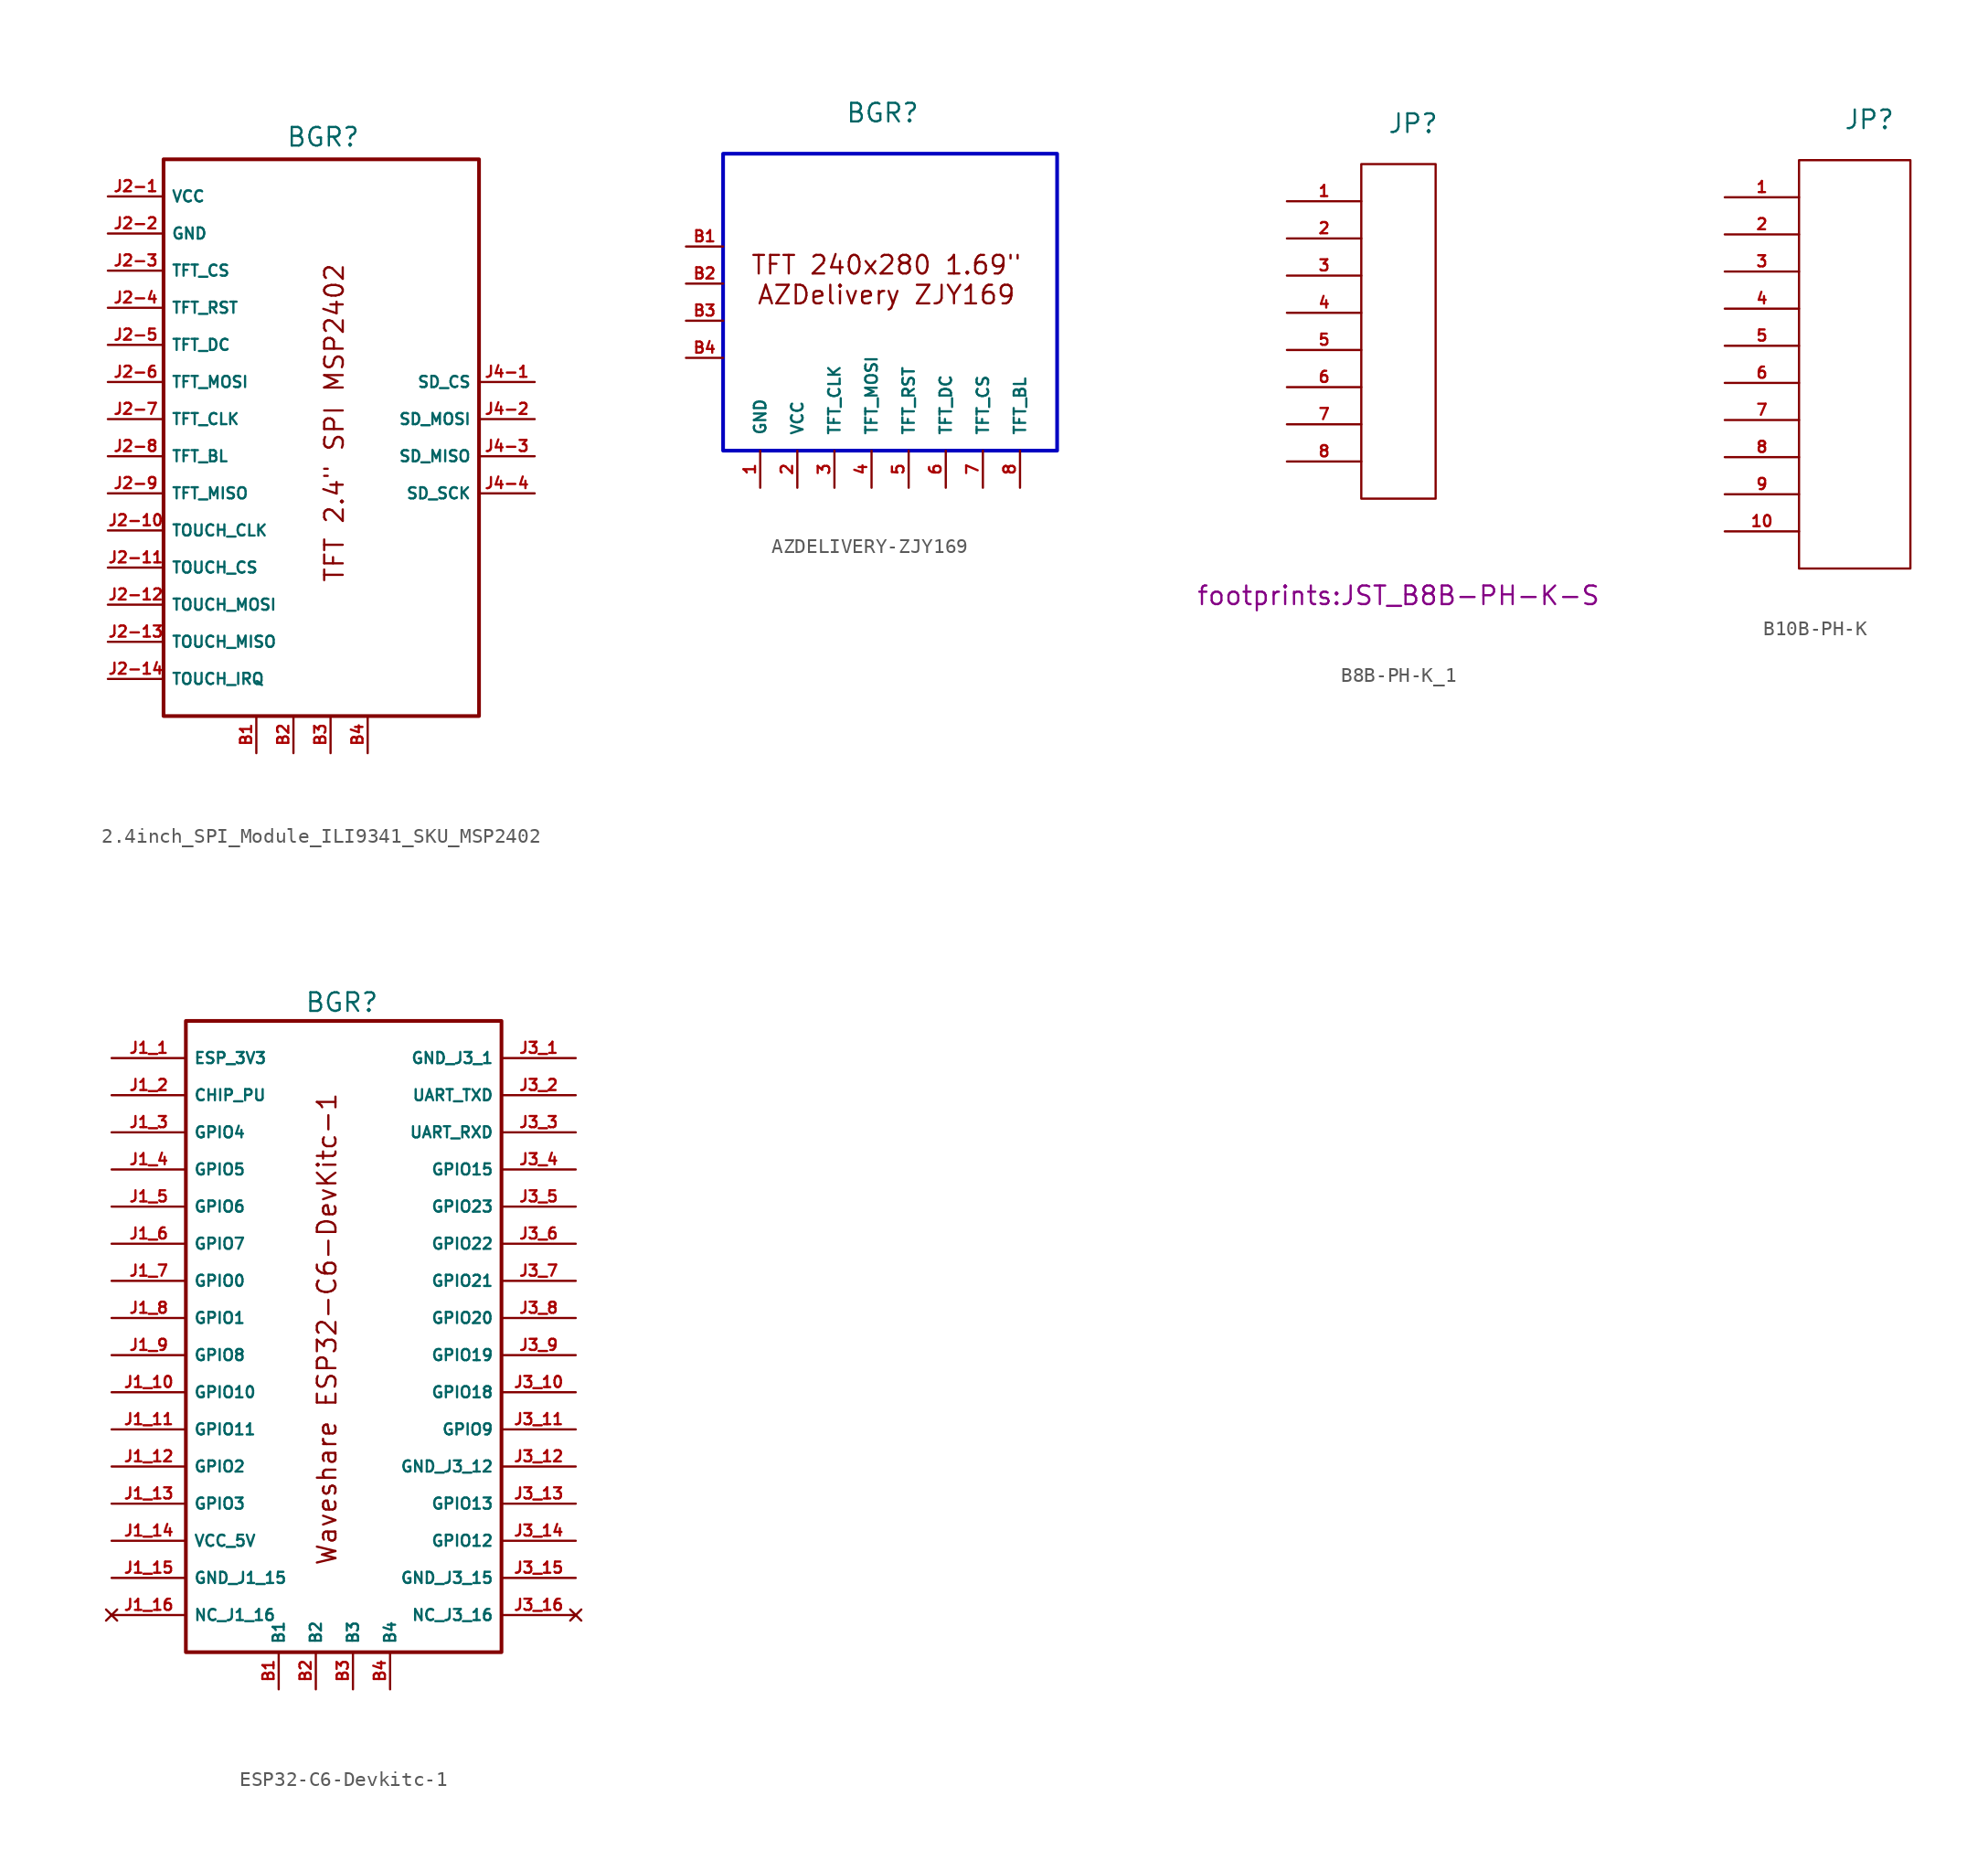
<source format=kicad_sym>
(kicad_symbol_lib
  (version 20241209)
  (generator "kicad_symbol_editor")
  (generator_version "9.0")
  (symbol "2.4inch_SPI_Module_ILI9341_SKU_MSP2402"
    (property "Reference" "BGR"
      (at 0.762 20.574 0)
      (effects (font (size 1.27 1.27))))
    (property "Value" ""
      (at 0 0 0)
      (effects (font (size 1.27 1.27))))
    (symbol "2.4inch_SPI_Module_ILI9341_SKU_MSP2402_1_0"
      (pin passive line (at -3.81 -21.59 90) (length 2.54) (name "" (effects (font (size 0.762 0.762)))) (number "B1" (effects (font (size 0.762 0.762)))))
      (pin passive line (at -1.27 -21.59 90) (length 2.54) (name "" (effects (font (size 0.762 0.762)))) (number "B2" (effects (font (size 0.762 0.762)))))
      (pin passive line (at 1.27 -21.59 90) (length 2.54) (name "" (effects (font (size 0.762 0.762)))) (number "B3" (effects (font (size 0.762 0.762)))))
      (pin passive line (at 3.81 -21.59 90) (length 2.54) (name "" (effects (font (size 0.762 0.762)))) (number "B4" (effects (font (size 0.762 0.762))))))
    (symbol "2.4inch_SPI_Module_ILI9341_SKU_MSP2402_1_1"
      (rectangle (start -10.16 19.05) (end 11.43 -19.05) (stroke (width 0.254) (type solid)) (fill (type none)))
      (text "TFT 2.4\" SPI MSP2402" (at 1.524 1.016 900) (effects (font (size 1.27 1.27))))
      (pin bidirectional line (at -13.97 16.51 0) (length 3.81) (name "VCC" (effects (font (size 0.762 0.762)))) (number "J2-1" (effects (font (size 0.762 0.762)))))
      (pin bidirectional line (at -13.97 13.97 0) (length 3.81) (name "GND" (effects (font (size 0.762 0.762)))) (number "J2-2" (effects (font (size 0.762 0.762)))))
      (pin bidirectional line (at -13.97 11.43 0) (length 3.81) (name "TFT_CS" (effects (font (size 0.762 0.762)))) (number "J2-3" (effects (font (size 0.762 0.762)))))
      (pin bidirectional line (at -13.97 8.89 0) (length 3.81) (name "TFT_RST" (effects (font (size 0.762 0.762)))) (number "J2-4" (effects (font (size 0.762 0.762)))))
      (pin bidirectional line (at -13.97 6.35 0) (length 3.81) (name "TFT_DC" (effects (font (size 0.762 0.762)))) (number "J2-5" (effects (font (size 0.762 0.762)))))
      (pin bidirectional line (at -13.97 3.81 0) (length 3.81) (name "TFT_MOSI" (effects (font (size 0.762 0.762)))) (number "J2-6" (effects (font (size 0.762 0.762)))))
      (pin bidirectional line (at -13.97 1.27 0) (length 3.81) (name "TFT_CLK" (effects (font (size 0.762 0.762)))) (number "J2-7" (effects (font (size 0.762 0.762)))))
      (pin bidirectional line (at -13.97 -1.27 0) (length 3.81) (name "TFT_BL" (effects (font (size 0.762 0.762)))) (number "J2-8" (effects (font (size 0.762 0.762)))))
      (pin bidirectional line (at -13.97 -3.81 0) (length 3.81) (name "TFT_MISO" (effects (font (size 0.762 0.762)))) (number "J2-9" (effects (font (size 0.762 0.762)))))
      (pin bidirectional line (at -13.97 -6.35 0) (length 3.81) (name "TOUCH_CLK" (effects (font (size 0.762 0.762)))) (number "J2-10" (effects (font (size 0.762 0.762)))))
      (pin bidirectional line (at -13.97 -8.89 0) (length 3.81) (name "TOUCH_CS" (effects (font (size 0.762 0.762)))) (number "J2-11" (effects (font (size 0.762 0.762)))))
      (pin bidirectional line (at -13.97 -11.43 0) (length 3.81) (name "TOUCH_MOSI" (effects (font (size 0.762 0.762)))) (number "J2-12" (effects (font (size 0.762 0.762)))))
      (pin bidirectional line (at -13.97 -13.97 0) (length 3.81) (name "TOUCH_MISO" (effects (font (size 0.762 0.762)))) (number "J2-13" (effects (font (size 0.762 0.762)))))
      (pin bidirectional line (at -13.97 -16.51 0) (length 3.81) (name "TOUCH_IRQ" (effects (font (size 0.762 0.762)))) (number "J2-14" (effects (font (size 0.762 0.762)))))
      (pin bidirectional line (at 15.24 3.81 180) (length 3.81) (name "SD_CS" (effects (font (size 0.762 0.762)))) (number "J4-1" (effects (font (size 0.762 0.762)))))
      (pin bidirectional line (at 15.24 1.27 180) (length 3.81) (name "SD_MOSI" (effects (font (size 0.762 0.762)))) (number "J4-2" (effects (font (size 0.762 0.762)))))
      (pin bidirectional line (at 15.24 -1.27 180) (length 3.81) (name "SD_MISO" (effects (font (size 0.762 0.762)))) (number "J4-3" (effects (font (size 0.762 0.762)))))
      (pin bidirectional line (at 15.24 -3.81 180) (length 3.81) (name "SD_SCK" (effects (font (size 0.762 0.762)))) (number "J4-4" (effects (font (size 0.762 0.762)))))))
  (symbol "AZDELIVERY-ZJY169"
    (pin_names
      (offset 1.016))
    (property "Reference" "BGR"
      (at 2.032 12.954 0)
      (effects (font (size 1.27 1.27)) (justify right)))
    (symbol "AZDELIVERY-ZJY169_0_1"
      (rectangle (start -11.43 10.16) (end 11.43 -10.16) (stroke (width 0) (type default)) (fill (type none))))
    (symbol "AZDELIVERY-ZJY169_1_0"
      (pin passive line (at -13.97 3.81 0) (length 2.54) (name "" (effects (font (size 0.762 0.762)))) (number "B1" (effects (font (size 0.762 0.762)))))
      (pin passive line (at -13.97 1.27 0) (length 2.54) (name "" (effects (font (size 0.762 0.762)))) (number "B2" (effects (font (size 0.762 0.762)))))
      (pin passive line (at -13.97 -1.27 0) (length 2.54) (name "" (effects (font (size 0.762 0.762)))) (number "B3" (effects (font (size 0.762 0.762)))))
      (pin passive line (at -13.97 -3.81 0) (length 2.54) (name "" (effects (font (size 0.762 0.762)))) (number "B4" (effects (font (size 0.762 0.762))))))
    (symbol "AZDELIVERY-ZJY169_1_1"
      (rectangle (start -11.43 10.16) (end 11.43 -10.16) (stroke (width 0.254) (type solid) (color 0 0 194 1)) (fill (type none)))
      (text " TFT 240x280 1.69\" \nAZDelivery ZJY169" (at -0.254 1.524 0) (effects (font (size 1.27 1.27))))
      (pin bidirectional line (at -8.89 -12.7 90) (length 2.54) (name "GND" (effects (font (size 0.787 0.787)))) (number "1" (effects (font (size 0.787 0.787)))))
      (pin bidirectional line (at -6.35 -12.7 90) (length 2.54) (name "VCC" (effects (font (size 0.787 0.787)))) (number "2" (effects (font (size 0.787 0.787)))))
      (pin bidirectional line (at -3.81 -12.7 90) (length 2.54) (name "TFT_CLK" (effects (font (size 0.787 0.787)))) (number "3" (effects (font (size 0.787 0.787)))))
      (pin bidirectional line (at -1.27 -12.7 90) (length 2.54) (name "TFT_MOSI" (effects (font (size 0.787 0.787)))) (number "4" (effects (font (size 0.787 0.787)))))
      (pin bidirectional line (at 1.27 -12.7 90) (length 2.54) (name "TFT_RST" (effects (font (size 0.787 0.787)))) (number "5" (effects (font (size 0.787 0.787)))))
      (pin bidirectional line (at 3.81 -12.7 90) (length 2.54) (name "TFT_DC" (effects (font (size 0.787 0.787)))) (number "6" (effects (font (size 0.787 0.787)))))
      (pin bidirectional line (at 6.35 -12.7 90) (length 2.54) (name "TFT_CS" (effects (font (size 0.787 0.787)))) (number "7" (effects (font (size 0.787 0.787)))))
      (pin bidirectional line (at 8.89 -12.7 90) (length 2.54) (name "TFT_BL" (effects (font (size 0.787 0.787)))) (number "8" (effects (font (size 0.787 0.787)))))))
  (symbol "B8B-PH-K_1"
    (pin_names
      (offset 1.016))
    (property "Reference" "JP"
      (at -0.762 14.732 0)
      (effects (font (size 1.27 1.27)) (justify left bottom)))
    (property "Footprint" "footprints:JST_B8B-PH-K-S"
      (at 0 -17.526 0)
      (effects (font (size 1.27 1.27)) (justify bottom)))
    (symbol "B8B-PH-K_1_0_0"
      (pin passive line (at -7.62 10.16 0) (length 5.08) (name "" (effects (font (size 0.762 0.762)))) (number "1" (effects (font (size 0.762 0.762))))))
    (symbol "B8B-PH-K_1_0_1"
      (rectangle (start -2.54 12.7) (end 2.54 -10.16) (stroke (width 0) (type default)) (fill (type none))))
    (symbol "B8B-PH-K_1_1_0"
      (pin passive line (at -7.62 7.62 0) (length 5.08) (name "" (effects (font (size 0.762 0.762)))) (number "2" (effects (font (size 0.762 0.762)))))
      (pin passive line (at -7.62 5.08 0) (length 5.08) (name "" (effects (font (size 0.762 0.762)))) (number "3" (effects (font (size 0.762 0.762)))))
      (pin passive line (at -7.62 2.54 0) (length 5.08) (name "" (effects (font (size 0.762 0.762)))) (number "4" (effects (font (size 0.762 0.762)))))
      (pin passive line (at -7.62 0 0) (length 5.08) (name "" (effects (font (size 0.762 0.762)))) (number "5" (effects (font (size 0.762 0.762)))))
      (pin passive line (at -7.62 -2.54 0) (length 5.08) (name "" (effects (font (size 0.762 0.762)))) (number "6" (effects (font (size 0.762 0.762)))))
      (pin passive line (at -7.62 -5.08 0) (length 5.08) (name "" (effects (font (size 0.762 0.762)))) (number "7" (effects (font (size 0.762 0.762)))))
      (pin passive line (at -7.62 -7.62 0) (length 5.08) (name "" (effects (font (size 0.762 0.762)))) (number "8" (effects (font (size 0.762 0.762)))))))
  (symbol "B10B-PH-K"
    (pin_names
      (offset 1.016))
    (property "Reference" "JP"
      (at -0.762 14.732 0)
      (effects (font (size 1.27 1.27)) (justify left bottom)))
    (symbol "B10B-PH-K_0_0"
      (pin passive line (at -8.89 10.16 0) (length 5.08) (name "" (effects (font (size 0.762 0.762)))) (number "1" (effects (font (size 0.762 0.762))))))
    (symbol "B10B-PH-K_0_1"
      (rectangle (start -3.81 12.7) (end 3.81 -15.24) (stroke (width 0) (type default)) (fill (type none))))
    (symbol "B10B-PH-K_1_0"
      (pin passive line (at -8.89 7.62 0) (length 5.08) (name "" (effects (font (size 0.762 0.762)))) (number "2" (effects (font (size 0.762 0.762)))))
      (pin passive line (at -8.89 5.08 0) (length 5.08) (name "" (effects (font (size 0.762 0.762)))) (number "3" (effects (font (size 0.762 0.762)))))
      (pin passive line (at -8.89 2.54 0) (length 5.08) (name "" (effects (font (size 0.762 0.762)))) (number "4" (effects (font (size 0.762 0.762)))))
      (pin passive line (at -8.89 0 0) (length 5.08) (name "" (effects (font (size 0.762 0.762)))) (number "5" (effects (font (size 0.762 0.762)))))
      (pin passive line (at -8.89 -2.54 0) (length 5.08) (name "" (effects (font (size 0.762 0.762)))) (number "6" (effects (font (size 0.762 0.762)))))
      (pin passive line (at -8.89 -5.08 0) (length 5.08) (name "" (effects (font (size 0.762 0.762)))) (number "7" (effects (font (size 0.762 0.762)))))
      (pin passive line (at -8.89 -7.62 0) (length 5.08) (name "" (effects (font (size 0.762 0.762)))) (number "8" (effects (font (size 0.762 0.762)))))
      (pin passive line (at -8.89 -10.16 0) (length 5.08) (name "" (effects (font (size 0.762 0.762)))) (number "9" (effects (font (size 0.762 0.762)))))
      (pin passive line (at -8.89 -12.7 0) (length 5.08) (name "" (effects (font (size 0.762 0.762)))) (number "10" (effects (font (size 0.762 0.762)))))))
  (symbol "ESP32-C6-Devkitc-1"
    (property "Reference" "BGR"
      (at -0.762 22.86 0)
      (effects (font (size 1.27 1.27))))
    (property "Value" ""
      (at 0 0 0)
      (effects (font (size 1.27 1.27))))
    (symbol "ESP32-C6-Devkitc-1_0_0"
      (pin bidirectional line (at -16.51 13.97 0) (length 5.08) (name "GPIO4" (effects (font (size 0.762 0.762)))) (number "J1_3" (effects (font (size 0.762 0.762))))))
    (symbol "ESP32-C6-Devkitc-1_1_0"
      (rectangle (start -11.43 21.59) (end 10.16 -21.59) (stroke (width 0.254) (type solid)) (fill (type none)))
      (pin bidirectional line (at -16.51 19.05 0) (length 5.08) (name "ESP_3V3" (effects (font (size 0.762 0.762)))) (number "J1_1" (effects (font (size 0.762 0.762)))))
      (pin input line (at -16.51 16.51 0) (length 5.08) (name "CHIP_PU" (effects (font (size 0.762 0.762)))) (number "J1_2" (effects (font (size 0.762 0.762)))))
      (pin bidirectional line (at -16.51 11.43 0) (length 5.08) (name "GPIO5" (effects (font (size 0.762 0.762)))) (number "J1_4" (effects (font (size 0.762 0.762)))))
      (pin bidirectional line (at -16.51 8.89 0) (length 5.08) (name "GPIO6" (effects (font (size 0.762 0.762)))) (number "J1_5" (effects (font (size 0.762 0.762)))))
      (pin bidirectional line (at -16.51 6.35 0) (length 5.08) (name "GPIO7" (effects (font (size 0.762 0.762)))) (number "J1_6" (effects (font (size 0.762 0.762)))))
      (pin bidirectional line (at -16.51 3.81 0) (length 5.08) (name "GPIO0" (effects (font (size 0.762 0.762)))) (number "J1_7" (effects (font (size 0.762 0.762)))))
      (pin bidirectional line (at -16.51 1.27 0) (length 5.08) (name "GPIO1" (effects (font (size 0.762 0.762)))) (number "J1_8" (effects (font (size 0.762 0.762)))))
      (pin bidirectional line (at -16.51 -1.27 0) (length 5.08) (name "GPIO8" (effects (font (size 0.762 0.762)))) (number "J1_9" (effects (font (size 0.762 0.762)))))
      (pin bidirectional line (at -16.51 -3.81 0) (length 5.08) (name "GPIO10" (effects (font (size 0.762 0.762)))) (number "J1_10" (effects (font (size 0.762 0.762)))))
      (pin bidirectional line (at -16.51 -6.35 0) (length 5.08) (name "GPIO11" (effects (font (size 0.762 0.762)))) (number "J1_11" (effects (font (size 0.762 0.762)))))
      (pin bidirectional line (at -16.51 -8.89 0) (length 5.08) (name "GPIO2" (effects (font (size 0.762 0.762)))) (number "J1_12" (effects (font (size 0.762 0.762)))))
      (pin bidirectional line (at -16.51 -11.43 0) (length 5.08) (name "GPIO3" (effects (font (size 0.762 0.762)))) (number "J1_13" (effects (font (size 0.762 0.762)))))
      (pin bidirectional line (at -16.51 -13.97 0) (length 5.08) (name "VCC_5V" (effects (font (size 0.762 0.762)))) (number "J1_14" (effects (font (size 0.762 0.762)))))
      (pin bidirectional line (at -16.51 -16.51 0) (length 5.08) (name "GND_J1_15" (effects (font (size 0.762 0.762)))) (number "J1_15" (effects (font (size 0.762 0.762)))))
      (pin no_connect line (at -16.51 -19.05 0) (length 5.08) (name "NC_J1_16" (effects (font (size 0.762 0.762)))) (number "J1_16" (effects (font (size 0.762 0.762)))))
      (pin passive line (at -5.08 -24.13 90) (length 2.54) (name "B1" (effects (font (size 0.762 0.762)))) (number "B1" (effects (font (size 0.762 0.762)))))
      (pin passive line (at -2.54 -24.13 90) (length 2.54) (name "B2" (effects (font (size 0.762 0.762)))) (number "B2" (effects (font (size 0.762 0.762)))))
      (pin passive line (at 0 -24.13 90) (length 2.54) (name "B3" (effects (font (size 0.762 0.762)))) (number "B3" (effects (font (size 0.762 0.762)))))
      (pin passive line (at 2.54 -24.13 90) (length 2.54) (name "B4" (effects (font (size 0.762 0.762)))) (number "B4" (effects (font (size 0.762 0.762)))))
      (pin bidirectional line (at 15.24 19.05 180) (length 5.08) (name "GND_J3_1" (effects (font (size 0.762 0.762)))) (number "J3_1" (effects (font (size 0.762 0.762)))))
      (pin bidirectional line (at 15.24 16.51 180) (length 5.08) (name "UART_TXD" (effects (font (size 0.762 0.762)))) (number "J3_2" (effects (font (size 0.762 0.762)))))
      (pin bidirectional line (at 15.24 13.97 180) (length 5.08) (name "UART_RXD" (effects (font (size 0.762 0.762)))) (number "J3_3" (effects (font (size 0.762 0.762)))))
      (pin bidirectional line (at 15.24 11.43 180) (length 5.08) (name "GPIO15" (effects (font (size 0.762 0.762)))) (number "J3_4" (effects (font (size 0.762 0.762)))))
      (pin bidirectional line (at 15.24 8.89 180) (length 5.08) (name "GPIO23" (effects (font (size 0.762 0.762)))) (number "J3_5" (effects (font (size 0.762 0.762)))))
      (pin bidirectional line (at 15.24 6.35 180) (length 5.08) (name "GPIO22" (effects (font (size 0.762 0.762)))) (number "J3_6" (effects (font (size 0.762 0.762)))))
      (pin bidirectional line (at 15.24 3.81 180) (length 5.08) (name "GPIO21" (effects (font (size 0.762 0.762)))) (number "J3_7" (effects (font (size 0.762 0.762)))))
      (pin bidirectional line (at 15.24 1.27 180) (length 5.08) (name "GPIO20" (effects (font (size 0.762 0.762)))) (number "J3_8" (effects (font (size 0.762 0.762)))))
      (pin bidirectional line (at 15.24 -1.27 180) (length 5.08) (name "GPIO19" (effects (font (size 0.762 0.762)))) (number "J3_9" (effects (font (size 0.762 0.762)))))
      (pin bidirectional line (at 15.24 -3.81 180) (length 5.08) (name "GPIO18" (effects (font (size 0.762 0.762)))) (number "J3_10" (effects (font (size 0.762 0.762)))))
      (pin bidirectional line (at 15.24 -6.35 180) (length 5.08) (name "GPIO9" (effects (font (size 0.762 0.762)))) (number "J3_11" (effects (font (size 0.762 0.762)))))
      (pin bidirectional line (at 15.24 -8.89 180) (length 5.08) (name "GND_J3_12" (effects (font (size 0.762 0.762)))) (number "J3_12" (effects (font (size 0.762 0.762)))))
      (pin bidirectional line (at 15.24 -11.43 180) (length 5.08) (name "GPIO13" (effects (font (size 0.762 0.762)))) (number "J3_13" (effects (font (size 0.762 0.762)))))
      (pin bidirectional line (at 15.24 -13.97 180) (length 5.08) (name "GPIO12" (effects (font (size 0.762 0.762)))) (number "J3_14" (effects (font (size 0.762 0.762)))))
      (pin bidirectional line (at 15.24 -16.51 180) (length 5.08) (name "GND_J3_15" (effects (font (size 0.762 0.762)))) (number "J3_15" (effects (font (size 0.762 0.762)))))
      (pin no_connect line (at 15.24 -19.05 180) (length 5.08) (name "NC_J3_16" (effects (font (size 0.762 0.762)))) (number "J3_16" (effects (font (size 0.762 0.762))))))
    (symbol "ESP32-C6-Devkitc-1_1_1"
      (text "Waveshare ESP32-C6-DevKitc-1" (at -1.778 0.508 900) (effects (font (size 1.27 1.27)))))))
</source>
